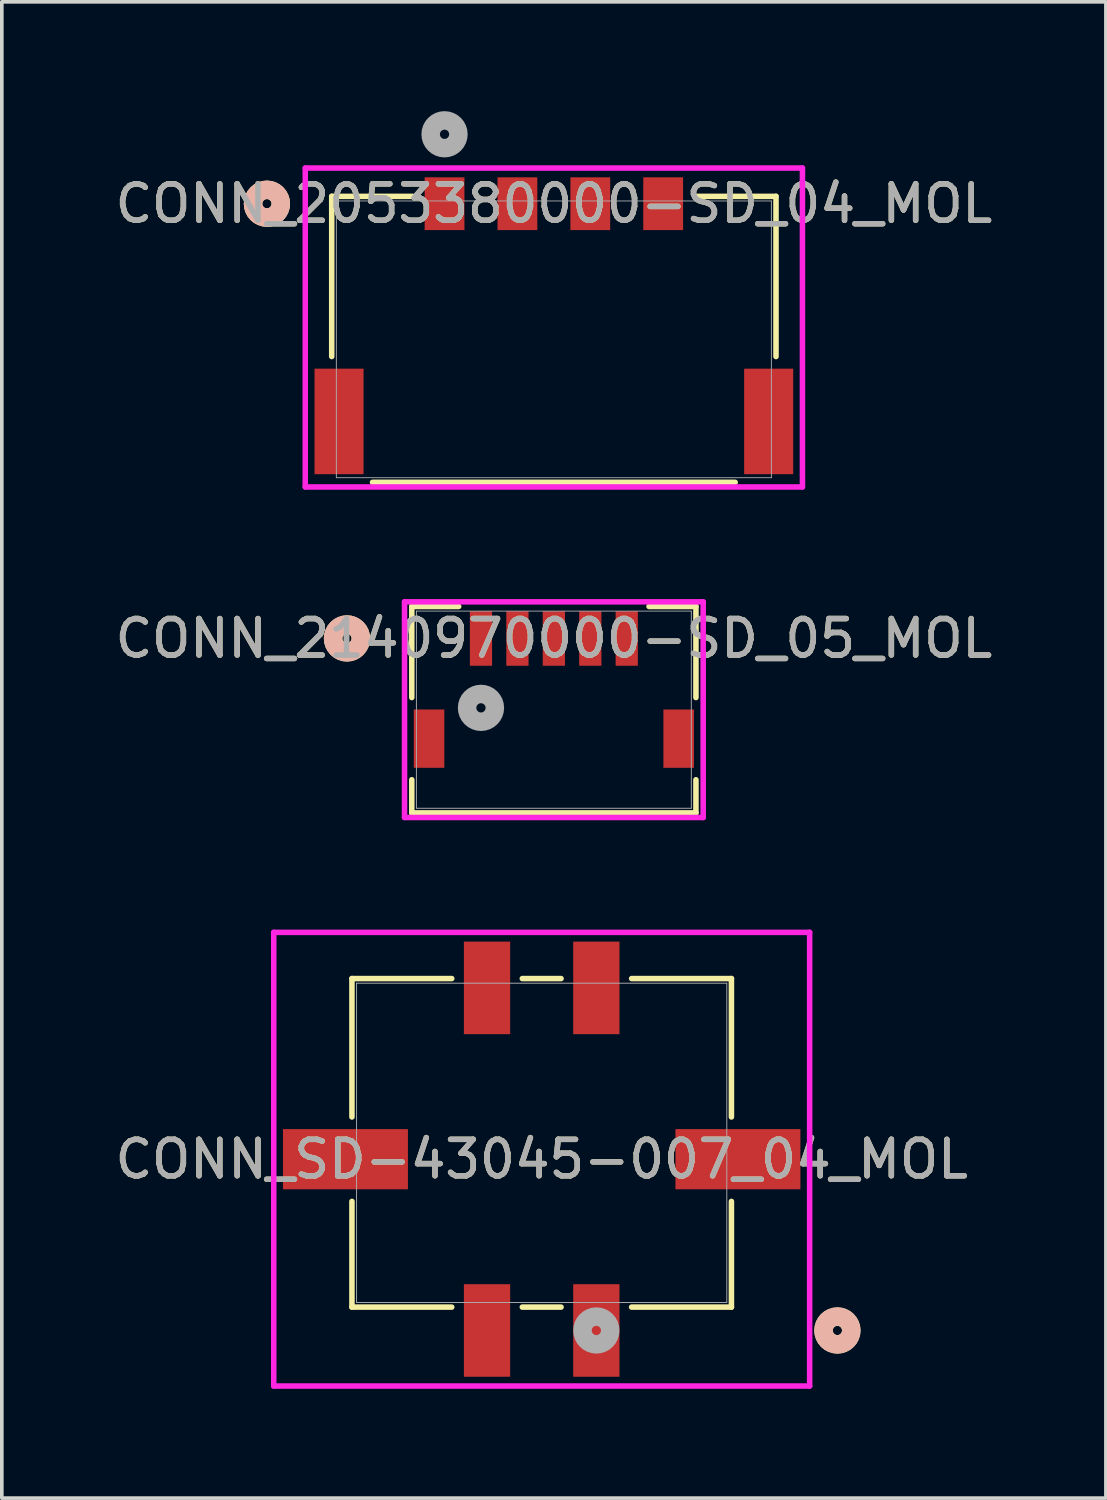
<source format=kicad_pcb>
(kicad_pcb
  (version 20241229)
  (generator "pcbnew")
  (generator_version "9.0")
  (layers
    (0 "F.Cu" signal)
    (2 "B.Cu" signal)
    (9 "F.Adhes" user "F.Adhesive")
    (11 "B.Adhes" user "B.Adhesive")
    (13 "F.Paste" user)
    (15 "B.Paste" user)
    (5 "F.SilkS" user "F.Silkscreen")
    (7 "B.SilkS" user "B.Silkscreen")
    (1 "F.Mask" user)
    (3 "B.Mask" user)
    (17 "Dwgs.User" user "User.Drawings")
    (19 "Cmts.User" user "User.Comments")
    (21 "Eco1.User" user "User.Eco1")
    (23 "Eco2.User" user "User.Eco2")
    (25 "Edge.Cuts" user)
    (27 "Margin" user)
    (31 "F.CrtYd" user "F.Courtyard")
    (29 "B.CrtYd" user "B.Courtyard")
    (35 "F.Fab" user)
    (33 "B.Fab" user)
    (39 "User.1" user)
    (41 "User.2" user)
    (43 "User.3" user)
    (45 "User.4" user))
  (footprint "CONN_2140970000-SD_05_MOL"
    (layer "F.Cu")
    (at 12.149 16.425)
    (property "Reference" "CONN_2140970000-SD_05_MOL" (at 0 -1.955 0) (unlocked yes) (layer "F.SilkS") (effects (font (size 1 1) (thickness 0.15))))
    (attr smd)
    (fp_line (start -3.899 -2.832) (end -3.899 -0.333) (stroke (width 0.152) (type solid)) (layer "F.SilkS"))
    (fp_line (start -3.899 1.923) (end -3.899 2.832) (stroke (width 0.152) (type solid)) (layer "F.SilkS"))
    (fp_line (start -3.899 2.832) (end 3.899 2.832) (stroke (width 0.152) (type solid)) (layer "F.SilkS"))
    (fp_line (start -2.612 -2.832) (end -3.899 -2.832) (stroke (width 0.152) (type solid)) (layer "F.SilkS"))
    (fp_line (start 3.899 -2.832) (end 2.612 -2.832) (stroke (width 0.152) (type solid)) (layer "F.SilkS"))
    (fp_line (start 3.899 -0.333) (end 3.899 -2.832) (stroke (width 0.152) (type solid)) (layer "F.SilkS"))
    (fp_line (start 3.899 2.832) (end 3.899 1.923) (stroke (width 0.152) (type solid)) (layer "F.SilkS"))
    (fp_circle (center -5.677 -1.955) (end -5.296 -1.955) (stroke (width 0.508) (type solid)) (fill no) (layer "F.SilkS"))
    (fp_circle (center -5.677 -1.955) (end -5.296 -1.955) (stroke (width 0.508) (type solid)) (fill no) (layer "B.SilkS"))
    (fp_line (start -4.098 -2.959) (end -4.098 2.959) (stroke (width 0.152) (type solid)) (layer "F.CrtYd"))
    (fp_line (start -4.098 2.959) (end 4.098 2.959) (stroke (width 0.152) (type solid)) (layer "F.CrtYd"))
    (fp_line (start 4.098 -2.959) (end -4.098 -2.959) (stroke (width 0.152) (type solid)) (layer "F.CrtYd"))
    (fp_line (start 4.098 2.959) (end 4.098 -2.959) (stroke (width 0.152) (type solid)) (layer "F.CrtYd"))
    (fp_line (start -3.772 -2.705) (end -3.772 2.705) (stroke (width 0.025) (type solid)) (layer "F.Fab"))
    (fp_line (start -3.772 2.705) (end 3.772 2.705) (stroke (width 0.025) (type solid)) (layer "F.Fab"))
    (fp_line (start 3.772 -2.705) (end -3.772 -2.705) (stroke (width 0.025) (type solid)) (layer "F.Fab"))
    (fp_line (start 3.772 2.705) (end 3.772 -2.705) (stroke (width 0.025) (type solid)) (layer "F.Fab"))
    (fp_circle (center -2 -0.05) (end -1.619 -0.05) (stroke (width 0.508) (type solid)) (fill no) (layer "F.Fab"))
    (fp_text user "${REFERENCE}" (at 0 -1.955 0) (unlocked yes) (layer "F.Fab") (effects (font (size 1 1) (thickness 0.15))))
    (pad "1" smd rect (at -2 -1.955) (size 0.61 1.499) (layers "F.Cu" "F.Mask" "F.Paste"))
    (pad "2" smd rect (at -1 -1.955) (size 0.61 1.499) (layers "F.Cu" "F.Mask" "F.Paste"))
    (pad "3" smd rect (at 0 -1.955) (size 0.61 1.499) (layers "F.Cu" "F.Mask" "F.Paste"))
    (pad "4" smd rect (at 1 -1.955) (size 0.61 1.499) (layers "F.Cu" "F.Mask" "F.Paste"))
    (pad "5" smd rect (at 2 -1.955) (size 0.61 1.499) (layers "F.Cu" "F.Mask" "F.Paste"))
    (pad "6" smd rect (at -3.425 0.795) (size 0.838 1.6) (layers "F.Cu" "F.Mask" "F.Paste"))
    (pad "7" smd rect (at 3.425 0.795) (size 0.838 1.6) (layers "F.Cu" "F.Mask" "F.Paste")))
  (footprint "CONN_2053380000-SD_04_MOL"
    (layer "F.Cu")
    (at 12.149 6.262)
    (property "Reference" "CONN_2053380000-SD_04_MOL" (at 0 -3.722 0) (unlocked yes) (layer "F.SilkS") (effects (font (size 1 1) (thickness 0.15))))
    (attr smd)
    (fp_line (start -6.096 -3.924) (end -6.096 0.472) (stroke (width 0.152) (type solid)) (layer "F.SilkS"))
    (fp_line (start -4.976 3.924) (end 4.976 3.924) (stroke (width 0.152) (type solid)) (layer "F.SilkS"))
    (fp_line (start -3.879 -3.924) (end -6.096 -3.924) (stroke (width 0.152) (type solid)) (layer "F.SilkS"))
    (fp_line (start 6.096 -3.924) (end 3.879 -3.924) (stroke (width 0.152) (type solid)) (layer "F.SilkS"))
    (fp_line (start 6.096 0.472) (end 6.096 -3.924) (stroke (width 0.152) (type solid)) (layer "F.SilkS"))
    (fp_circle (center -7.874 -3.722) (end -7.493 -3.722) (stroke (width 0.508) (type solid)) (fill no) (layer "F.SilkS"))
    (fp_circle (center -7.874 -3.722) (end -7.493 -3.722) (stroke (width 0.508) (type solid)) (fill no) (layer "B.SilkS"))
    (fp_line (start -6.822 -4.7) (end -6.822 4.051) (stroke (width 0.152) (type solid)) (layer "F.CrtYd"))
    (fp_line (start -6.822 4.051) (end 6.822 4.051) (stroke (width 0.152) (type solid)) (layer "F.CrtYd"))
    (fp_line (start 6.822 -4.7) (end -6.822 -4.7) (stroke (width 0.152) (type solid)) (layer "F.CrtYd"))
    (fp_line (start 6.822 4.051) (end 6.822 -4.7) (stroke (width 0.152) (type solid)) (layer "F.CrtYd"))
    (fp_line (start -5.969 -3.797) (end -5.969 3.797) (stroke (width 0.025) (type solid)) (layer "F.Fab"))
    (fp_line (start -5.969 3.797) (end 5.969 3.797) (stroke (width 0.025) (type solid)) (layer "F.Fab"))
    (fp_line (start 5.969 -3.797) (end -5.969 -3.797) (stroke (width 0.025) (type solid)) (layer "F.Fab"))
    (fp_line (start 5.969 3.797) (end 5.969 -3.797) (stroke (width 0.025) (type solid)) (layer "F.Fab"))
    (fp_circle (center -3 -5.627) (end -2.619 -5.627) (stroke (width 0.508) (type solid)) (fill no) (layer "F.Fab"))
    (fp_text user "${REFERENCE}" (at 0 -3.722 0) (unlocked yes) (layer "F.Fab") (effects (font (size 1 1) (thickness 0.15))))
    (pad "1" smd rect (at -3 -3.722) (size 1.092 1.448) (layers "F.Cu" "F.Mask" "F.Paste"))
    (pad "2" smd rect (at -1 -3.722) (size 1.092 1.448) (layers "F.Cu" "F.Mask" "F.Paste"))
    (pad "3" smd rect (at 1 -3.722) (size 1.092 1.448) (layers "F.Cu" "F.Mask" "F.Paste"))
    (pad "4" smd rect (at 3 -3.722) (size 1.092 1.448) (layers "F.Cu" "F.Mask" "F.Paste"))
    (pad "5" smd rect (at -5.895 2.253) (size 1.346 2.896) (layers "F.Cu" "F.Mask" "F.Paste"))
    (pad "6" smd rect (at 5.895 2.253) (size 1.346 2.896) (layers "F.Cu" "F.Mask" "F.Paste")))
  (footprint "CONN_SD-43045-007_04_MOL"
    (layer "F.Cu")
    (at 11.815 28.312)
    (property "Reference" "CONN_SD-43045-007_04_MOL" (at 0 0.449 0) (unlocked yes) (layer "F.SilkS") (effects (font (size 1 1) (thickness 0.15))))
    (attr smd)
    (fp_line (start -5.207 -4.508) (end -5.207 -0.71) (stroke (width 0.152) (type solid)) (layer "F.SilkS"))
    (fp_line (start -5.207 1.607) (end -5.207 4.508) (stroke (width 0.152) (type solid)) (layer "F.SilkS"))
    (fp_line (start -5.207 4.508) (end -2.468 4.508) (stroke (width 0.152) (type solid)) (layer "F.SilkS"))
    (fp_line (start -2.468 -4.508) (end -5.207 -4.508) (stroke (width 0.152) (type solid)) (layer "F.SilkS"))
    (fp_line (start -0.532 4.508) (end 0.532 4.508) (stroke (width 0.152) (type solid)) (layer "F.SilkS"))
    (fp_line (start 0.532 -4.508) (end -0.532 -4.508) (stroke (width 0.152) (type solid)) (layer "F.SilkS"))
    (fp_line (start 2.468 4.508) (end 5.207 4.508) (stroke (width 0.152) (type solid)) (layer "F.SilkS"))
    (fp_line (start 5.207 -4.508) (end 2.468 -4.508) (stroke (width 0.152) (type solid)) (layer "F.SilkS"))
    (fp_line (start 5.207 -0.71) (end 5.207 -4.508) (stroke (width 0.152) (type solid)) (layer "F.SilkS"))
    (fp_line (start 5.207 4.508) (end 5.207 1.607) (stroke (width 0.152) (type solid)) (layer "F.SilkS"))
    (fp_circle (center 8.115 5.149) (end 8.496 5.149) (stroke (width 0.508) (type solid)) (fill no) (layer "F.SilkS"))
    (fp_circle (center 8.115 5.149) (end 8.496 5.149) (stroke (width 0.508) (type solid)) (fill no) (layer "B.SilkS"))
    (fp_line (start -7.353 -5.776) (end -7.353 6.673) (stroke (width 0.152) (type solid)) (layer "F.CrtYd"))
    (fp_line (start -7.353 6.673) (end 7.353 6.673) (stroke (width 0.152) (type solid)) (layer "F.CrtYd"))
    (fp_line (start 7.353 -5.776) (end -7.353 -5.776) (stroke (width 0.152) (type solid)) (layer "F.CrtYd"))
    (fp_line (start 7.353 6.673) (end 7.353 -5.776) (stroke (width 0.152) (type solid)) (layer "F.CrtYd"))
    (fp_line (start -5.08 -4.381) (end -5.08 4.381) (stroke (width 0.025) (type solid)) (layer "F.Fab"))
    (fp_line (start -5.08 4.381) (end 5.08 4.381) (stroke (width 0.025) (type solid)) (layer "F.Fab"))
    (fp_line (start 5.08 -4.381) (end -5.08 -4.381) (stroke (width 0.025) (type solid)) (layer "F.Fab"))
    (fp_line (start 5.08 4.381) (end 5.08 -4.381) (stroke (width 0.025) (type solid)) (layer "F.Fab"))
    (fp_circle (center 1.5 5.149) (end 1.881 5.149) (stroke (width 0.508) (type solid)) (fill no) (layer "F.Fab"))
    (fp_text user "${REFERENCE}" (at 0 0.449 0) (unlocked yes) (layer "F.Fab") (effects (font (size 1 1) (thickness 0.15))))
    (pad "1" smd rect (at 1.5 5.149) (size 1.27 2.54) (layers "F.Cu" "F.Mask" "F.Paste"))
    (pad "2" smd rect (at -1.5 5.149) (size 1.27 2.54) (layers "F.Cu" "F.Mask" "F.Paste"))
    (pad "3" smd rect (at 1.5 -4.252) (size 1.27 2.54) (layers "F.Cu" "F.Mask" "F.Paste"))
    (pad "4" smd rect (at -1.5 -4.252) (size 1.27 2.54) (layers "F.Cu" "F.Mask" "F.Paste"))
    (pad "5" smd rect (at -5.385 0.449) (size 3.429 1.651) (layers "F.Cu" "F.Mask" "F.Paste"))
    (pad "6" smd rect (at 5.385 0.449) (size 3.429 1.651) (layers "F.Cu" "F.Mask" "F.Paste")))
  (gr_rect
    (start -3 -3)
    (end 27.298 38.061)
    (stroke (width 0.1) (type default))
    (fill no)
    (layer "Edge.Cuts")))
</source>
